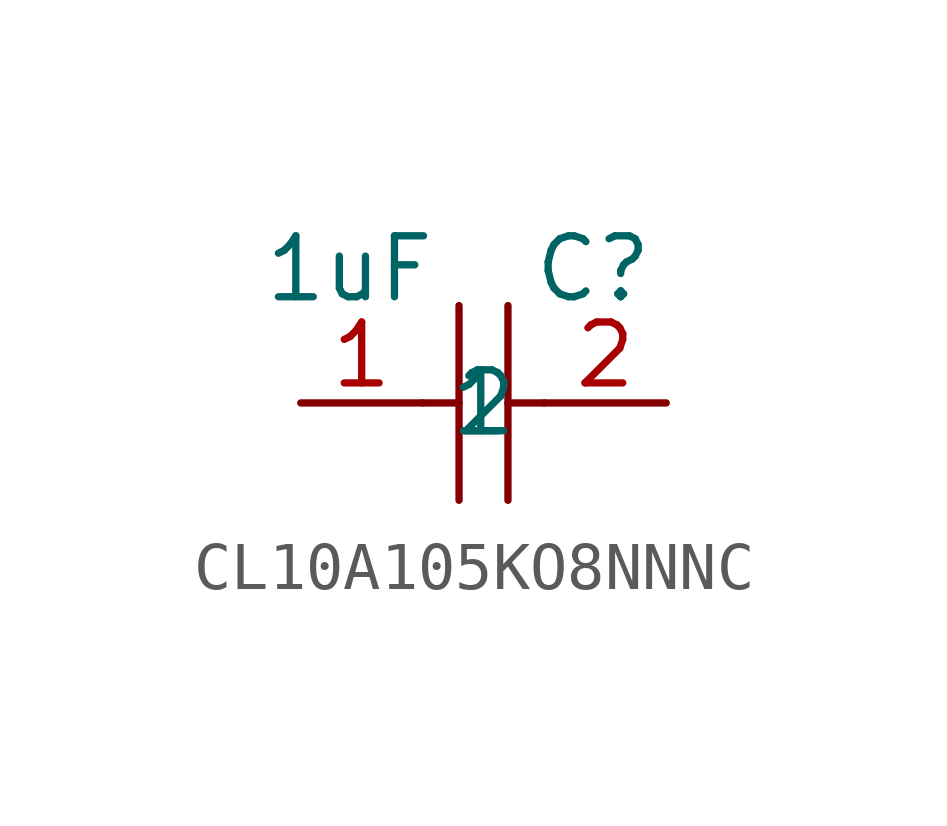
<source format=kicad_sym>
(kicad_symbol_lib
  (version 20231120)
  (generator "kicad_symbol_editor")
  (generator_version "8.0")
  (symbol "CL10A105KO8NNNC"
    (property "Reference" "C"
      (at 2.286 2.794 0)
      (effects (font (size 1.27 1.27))))
    (property "Value" "1uF"
      (at -2.794 2.794 0)
      (effects (font (size 1.27 1.27))))
    (symbol "CL10A105KO8NNNC_0_1"
      (polyline (pts (xy -1.27 0) (xy -0.51 0)) (stroke (width 0) (type default)) (fill (type none)))
      (polyline (pts (xy -0.51 2.03) (xy -0.51 -2.03)) (stroke (width 0) (type default)) (fill (type none)))
      (polyline (pts (xy 0.51 0) (xy 1.27 0)) (stroke (width 0) (type default)) (fill (type none)))
      (polyline (pts (xy 0.51 2.03) (xy 0.51 -2.03)) (stroke (width 0) (type default)) (fill (type none)))
      (pin passive line (at -3.81 0 0) (length 2.54) (name "1" (effects (font (size 1.27 1.27)))) (number "1" (effects (font (size 1.27 1.27)))))
      (pin passive line (at 3.81 0 180) (length 2.54) (name "2" (effects (font (size 1.27 1.27)))) (number "2" (effects (font (size 1.27 1.27))))))))
</source>
